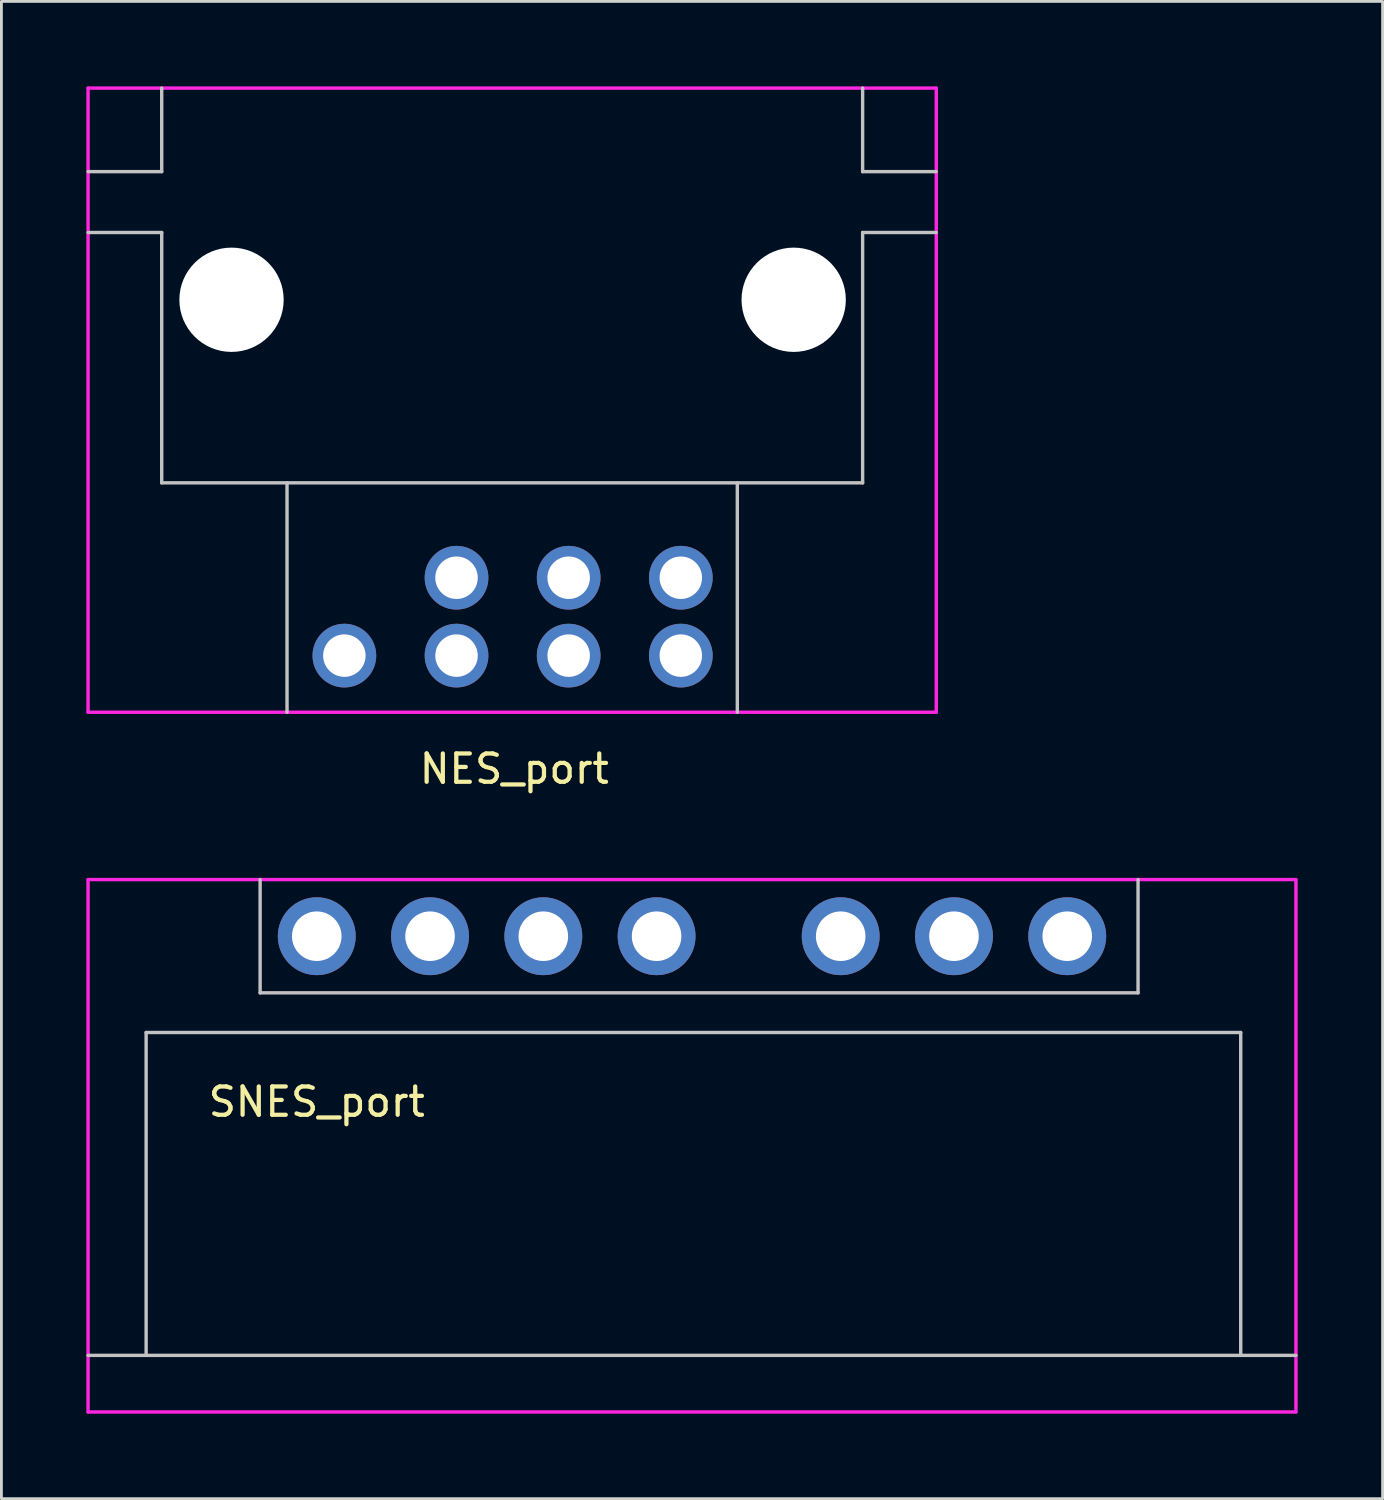
<source format=kicad_pcb>
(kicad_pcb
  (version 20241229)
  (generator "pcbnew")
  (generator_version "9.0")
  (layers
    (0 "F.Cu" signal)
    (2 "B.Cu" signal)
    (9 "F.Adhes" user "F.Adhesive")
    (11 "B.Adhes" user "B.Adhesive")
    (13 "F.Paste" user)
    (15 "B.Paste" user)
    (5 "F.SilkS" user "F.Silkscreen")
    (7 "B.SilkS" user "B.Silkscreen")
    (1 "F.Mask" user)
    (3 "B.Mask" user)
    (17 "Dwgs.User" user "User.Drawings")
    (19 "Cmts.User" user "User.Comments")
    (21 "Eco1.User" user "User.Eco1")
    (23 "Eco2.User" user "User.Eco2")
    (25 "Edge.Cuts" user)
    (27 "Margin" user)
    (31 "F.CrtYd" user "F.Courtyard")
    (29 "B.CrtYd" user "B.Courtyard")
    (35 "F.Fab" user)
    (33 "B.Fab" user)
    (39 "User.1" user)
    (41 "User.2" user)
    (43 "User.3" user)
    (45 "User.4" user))
  (footprint "SNES_port"
    (layer "F.Cu")
    (at 8.135 30.008)
    (property "Reference" "SNES_port" (at 0 5.85 0) (layer "F.SilkS") (effects (font (size 1 1) (thickness 0.15))))
    (fp_line (start -8.075 14.8) (end 34.575 14.8) (stroke (width 0.12) (type solid)) (layer "Dwgs.User"))
    (fp_line (start -6.025 3.4) (end -6.025 14.8) (stroke (width 0.12) (type solid)) (layer "Dwgs.User"))
    (fp_line (start -6.025 3.4) (end 32.625 3.4) (stroke (width 0.12) (type solid)) (layer "Dwgs.User"))
    (fp_line (start -2 2) (end -2 -2) (stroke (width 0.12) (type solid)) (layer "Dwgs.User"))
    (fp_line (start 29 -2) (end 29 2) (stroke (width 0.12) (type solid)) (layer "Dwgs.User"))
    (fp_line (start 29 2) (end -2 2) (stroke (width 0.12) (type solid)) (layer "Dwgs.User"))
    (fp_line (start 32.625 14.8) (end 32.625 3.4) (stroke (width 0.12) (type solid)) (layer "Dwgs.User"))
    (fp_line (start -8.075 -2) (end -8.075 14.8) (stroke (width 0.12) (type solid)) (layer "F.CrtYd"))
    (fp_line (start -8.075 14.8) (end -8.075 16.8) (stroke (width 0.12) (type solid)) (layer "F.CrtYd"))
    (fp_line (start -8.075 16.8) (end 34.575 16.8) (stroke (width 0.12) (type solid)) (layer "F.CrtYd"))
    (fp_line (start 34.575 -2) (end -8.075 -2) (stroke (width 0.12) (type solid)) (layer "F.CrtYd"))
    (fp_line (start 34.575 14.8) (end 34.575 -2) (stroke (width 0.12) (type solid)) (layer "F.CrtYd"))
    (fp_line (start 34.575 16.8) (end 34.575 14.8) (stroke (width 0.12) (type solid)) (layer "F.CrtYd"))
    (pad "1" thru_hole circle (at 0 0) (size 2.75 2.75) (drill 1.75) (layers "*.Cu" "*.Mask"))
    (pad "2" thru_hole circle (at 4 0) (size 2.75 2.75) (drill 1.75) (layers "*.Cu" "*.Mask"))
    (pad "3" thru_hole circle (at 8 0) (size 2.75 2.75) (drill 1.75) (layers "*.Cu" "*.Mask"))
    (pad "4" thru_hole circle (at 12 0) (size 2.75 2.75) (drill 1.75) (layers "*.Cu" "*.Mask"))
    (pad "5" thru_hole circle (at 18.5 0) (size 2.75 2.75) (drill 1.75) (layers "*.Cu" "*.Mask"))
    (pad "6" thru_hole circle (at 22.5 0) (size 2.75 2.75) (drill 1.75) (layers "*.Cu" "*.Mask"))
    (pad "7" thru_hole circle (at 26.5 0) (size 2.75 2.75) (drill 1.75) (layers "*.Cu" "*.Mask")))
  (footprint "NES_port"
    (layer "F.Cu")
    (at 9.11 20.1)
    (property "Reference" "NES_port" (at 6 4 0) (layer "F.SilkS") (effects (font (size 1 1) (thickness 0.15))))
    (attr through_hole)
    (fp_line (start -6.45 -17.09) (end -9.05 -17.09) (stroke (width 0.12) (type solid)) (layer "Dwgs.User"))
    (fp_line (start -6.45 -17.09) (end -6.45 -20.04) (stroke (width 0.12) (type solid)) (layer "Dwgs.User"))
    (fp_line (start -6.45 -14.94) (end -9.05 -14.94) (stroke (width 0.12) (type solid)) (layer "Dwgs.User"))
    (fp_line (start -6.45 -6.1) (end -6.45 -14.94) (stroke (width 0.12) (type solid)) (layer "Dwgs.User"))
    (fp_line (start -6.45 -6.1) (end 18.3 -6.1) (stroke (width 0.12) (type solid)) (layer "Dwgs.User"))
    (fp_line (start -2.025 -6.1) (end -2.025 2) (stroke (width 0.12) (type solid)) (layer "Dwgs.User"))
    (fp_line (start 13.875 -6.1) (end 13.875 2) (stroke (width 0.12) (type solid)) (layer "Dwgs.User"))
    (fp_line (start 18.3 -17.09) (end 18.3 -20.04) (stroke (width 0.12) (type solid)) (layer "Dwgs.User"))
    (fp_line (start 18.3 -17.09) (end 20.9 -17.09) (stroke (width 0.12) (type solid)) (layer "Dwgs.User"))
    (fp_line (start 18.3 -14.94) (end 20.9 -14.94) (stroke (width 0.12) (type solid)) (layer "Dwgs.User"))
    (fp_line (start 18.3 -6.1) (end 18.3 -14.94) (stroke (width 0.12) (type solid)) (layer "Dwgs.User"))
    (fp_line (start -9.05 -20.04) (end -9.05 2) (stroke (width 0.12) (type solid)) (layer "F.CrtYd"))
    (fp_line (start -9.05 -20.04) (end 20.9 -20.04) (stroke (width 0.12) (type solid)) (layer "F.CrtYd"))
    (fp_line (start -9.05 2) (end 20.9 2) (stroke (width 0.12) (type solid)) (layer "F.CrtYd"))
    (fp_line (start 20.9 2) (end 20.9 -20.04) (stroke (width 0.12) (type solid)) (layer "F.CrtYd"))
    (pad "" np_thru_hole circle (at -3.985 -12.565) (size 3.683 3.683) (drill 3.683) (layers "*.Cu" "*.Mask"))
    (pad "" np_thru_hole circle (at 15.865 -12.565) (size 3.683 3.683) (drill 3.683) (layers "*.Cu" "*.Mask"))
    (pad "1" thru_hole circle (at 3.96 -2.75) (size 2.25 2.25) (drill 1.5) (layers "*.Cu" "*.Mask"))
    (pad "2" thru_hole circle (at 3.96 0) (size 2.25 2.25) (drill 1.5) (layers "*.Cu" "*.Mask"))
    (pad "3" thru_hole circle (at 7.92 0) (size 2.25 2.25) (drill 1.5) (layers "*.Cu" "*.Mask"))
    (pad "4" thru_hole circle (at 11.88 0) (size 2.25 2.25) (drill 1.5) (layers "*.Cu" "*.Mask"))
    (pad "5" thru_hole circle (at 11.88 -2.75) (size 2.25 2.25) (drill 1.5) (layers "*.Cu" "*.Mask"))
    (pad "6" thru_hole circle (at 7.92 -2.75) (size 2.25 2.25) (drill 1.5) (layers "*.Cu" "*.Mask"))
    (pad "7" thru_hole circle (at 0 0) (size 2.25 2.25) (drill 1.5) (layers "*.Cu" "*.Mask")))
  (gr_rect
    (start -3 -3)
    (end 45.77 49.868)
    (stroke (width 0.1) (type default))
    (fill no)
    (layer "Edge.Cuts")))
</source>
